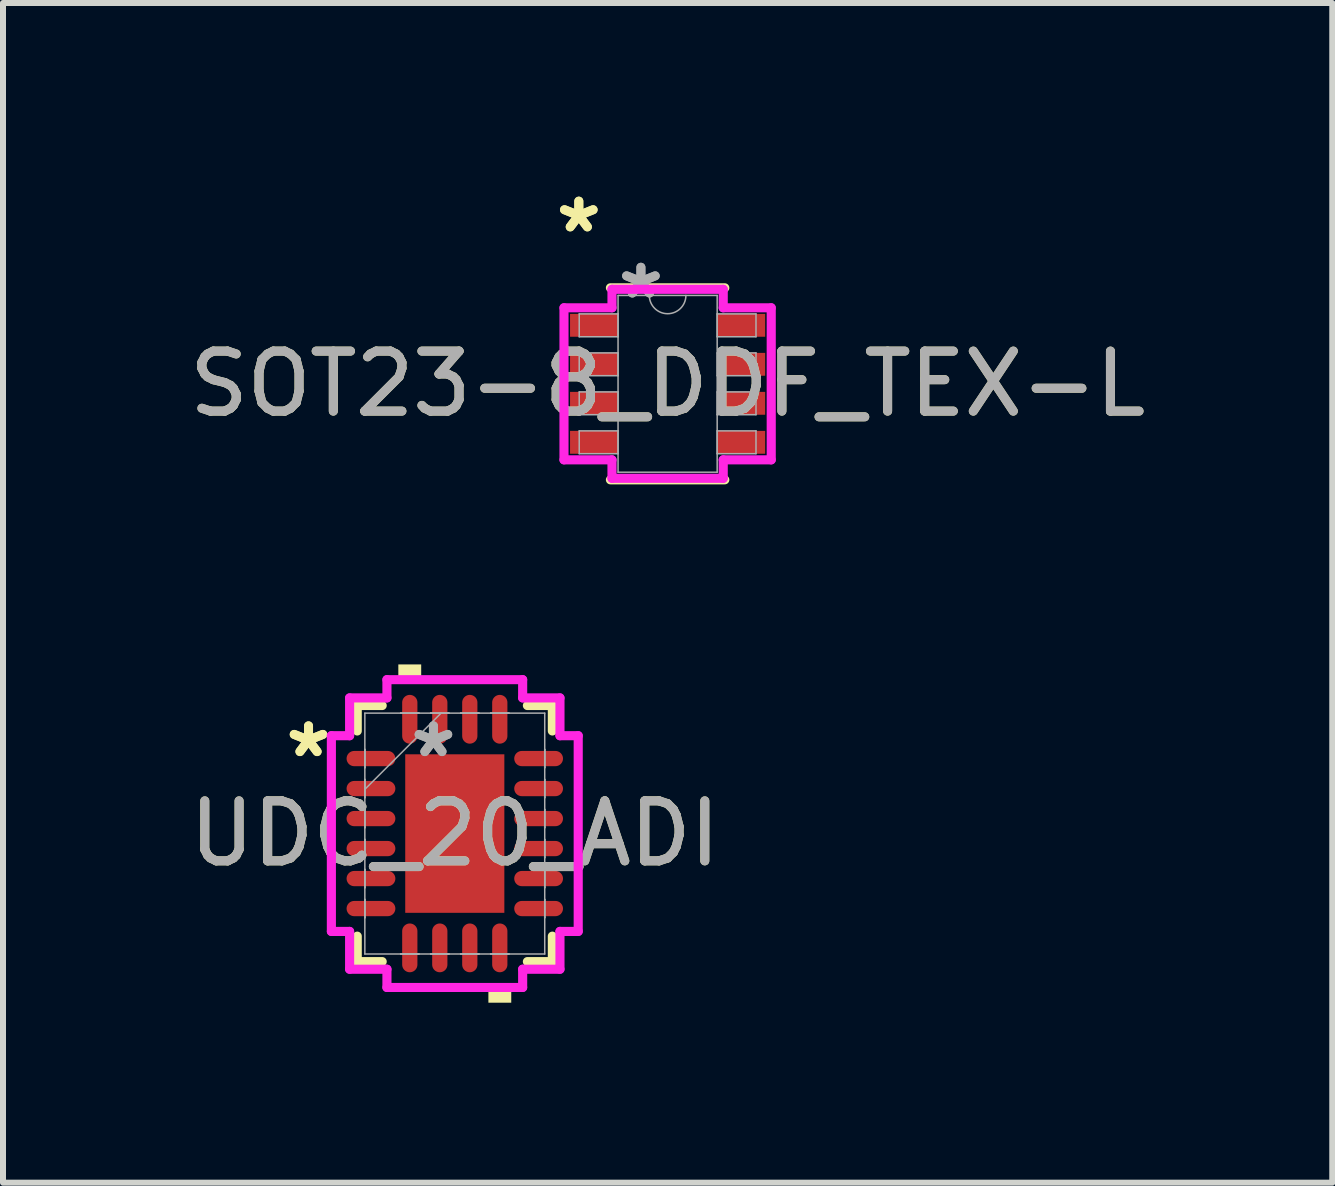
<source format=kicad_pcb>
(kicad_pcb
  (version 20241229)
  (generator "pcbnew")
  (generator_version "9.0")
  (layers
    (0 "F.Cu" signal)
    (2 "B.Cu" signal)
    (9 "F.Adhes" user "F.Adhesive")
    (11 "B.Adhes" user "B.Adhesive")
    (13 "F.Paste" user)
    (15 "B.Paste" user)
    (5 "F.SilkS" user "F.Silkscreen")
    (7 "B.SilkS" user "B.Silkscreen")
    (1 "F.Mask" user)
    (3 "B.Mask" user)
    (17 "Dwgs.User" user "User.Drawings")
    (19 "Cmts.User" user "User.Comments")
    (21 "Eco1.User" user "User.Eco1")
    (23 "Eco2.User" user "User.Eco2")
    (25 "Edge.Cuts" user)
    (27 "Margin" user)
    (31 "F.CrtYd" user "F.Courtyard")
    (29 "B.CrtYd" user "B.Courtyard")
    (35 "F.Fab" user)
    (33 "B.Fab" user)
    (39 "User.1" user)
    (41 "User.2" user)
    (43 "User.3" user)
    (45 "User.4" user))
  (footprint "SOT23-8_DDF_TEX-L"
    (layer "F.Cu")
    (at 8.077 3.347)
    (property "Reference" "SOT23-8_DDF_TEX-L" (at 0 0 0) (unlocked yes) (layer "F.SilkS") (effects (font (size 1 1) (thickness 0.15))))
    (attr smd)
    (fp_line (start -0.953 1.6) (end 0.953 1.6) (stroke (width 0.152) (type solid)) (layer "F.SilkS"))
    (fp_line (start 0.953 -1.6) (end -0.953 -1.6) (stroke (width 0.152) (type solid)) (layer "F.SilkS"))
    (fp_line (start -1.727 -1.267) (end -0.927 -1.267) (stroke (width 0.152) (type solid)) (layer "F.CrtYd"))
    (fp_line (start -1.727 1.267) (end -1.727 -1.267) (stroke (width 0.152) (type solid)) (layer "F.CrtYd"))
    (fp_line (start -1.727 1.267) (end -0.927 1.267) (stroke (width 0.152) (type solid)) (layer "F.CrtYd"))
    (fp_line (start -0.927 -1.575) (end 0.927 -1.575) (stroke (width 0.152) (type solid)) (layer "F.CrtYd"))
    (fp_line (start -0.927 -1.267) (end -0.927 -1.575) (stroke (width 0.152) (type solid)) (layer "F.CrtYd"))
    (fp_line (start -0.927 1.575) (end -0.927 1.267) (stroke (width 0.152) (type solid)) (layer "F.CrtYd"))
    (fp_line (start 0.927 -1.575) (end 0.927 -1.267) (stroke (width 0.152) (type solid)) (layer "F.CrtYd"))
    (fp_line (start 0.927 1.267) (end 0.927 1.575) (stroke (width 0.152) (type solid)) (layer "F.CrtYd"))
    (fp_line (start 0.927 1.575) (end -0.927 1.575) (stroke (width 0.152) (type solid)) (layer "F.CrtYd"))
    (fp_line (start 1.727 -1.267) (end 0.927 -1.267) (stroke (width 0.152) (type solid)) (layer "F.CrtYd"))
    (fp_line (start 1.727 -1.267) (end 1.727 1.267) (stroke (width 0.152) (type solid)) (layer "F.CrtYd"))
    (fp_line (start 1.727 1.267) (end 0.927 1.267) (stroke (width 0.152) (type solid)) (layer "F.CrtYd"))
    (fp_line (start -1.473 -1.165) (end -1.473 -0.784) (stroke (width 0.025) (type solid)) (layer "F.Fab"))
    (fp_line (start -1.473 -0.784) (end -0.826 -0.784) (stroke (width 0.025) (type solid)) (layer "F.Fab"))
    (fp_line (start -1.473 -0.515) (end -1.473 -0.135) (stroke (width 0.025) (type solid)) (layer "F.Fab"))
    (fp_line (start -1.473 -0.135) (end -0.826 -0.135) (stroke (width 0.025) (type solid)) (layer "F.Fab"))
    (fp_line (start -1.473 0.135) (end -1.473 0.515) (stroke (width 0.025) (type solid)) (layer "F.Fab"))
    (fp_line (start -1.473 0.515) (end -0.826 0.515) (stroke (width 0.025) (type solid)) (layer "F.Fab"))
    (fp_line (start -1.473 0.784) (end -1.473 1.165) (stroke (width 0.025) (type solid)) (layer "F.Fab"))
    (fp_line (start -1.473 1.165) (end -0.826 1.165) (stroke (width 0.025) (type solid)) (layer "F.Fab"))
    (fp_line (start -0.826 -1.473) (end -0.826 1.473) (stroke (width 0.025) (type solid)) (layer "F.Fab"))
    (fp_line (start -0.826 -1.165) (end -1.473 -1.165) (stroke (width 0.025) (type solid)) (layer "F.Fab"))
    (fp_line (start -0.826 -0.784) (end -0.826 -1.165) (stroke (width 0.025) (type solid)) (layer "F.Fab"))
    (fp_line (start -0.826 -0.515) (end -1.473 -0.515) (stroke (width 0.025) (type solid)) (layer "F.Fab"))
    (fp_line (start -0.826 -0.135) (end -0.826 -0.515) (stroke (width 0.025) (type solid)) (layer "F.Fab"))
    (fp_line (start -0.826 0.135) (end -1.473 0.135) (stroke (width 0.025) (type solid)) (layer "F.Fab"))
    (fp_line (start -0.826 0.515) (end -0.826 0.135) (stroke (width 0.025) (type solid)) (layer "F.Fab"))
    (fp_line (start -0.826 0.784) (end -1.473 0.784) (stroke (width 0.025) (type solid)) (layer "F.Fab"))
    (fp_line (start -0.826 1.165) (end -0.826 0.784) (stroke (width 0.025) (type solid)) (layer "F.Fab"))
    (fp_line (start -0.826 1.473) (end 0.826 1.473) (stroke (width 0.025) (type solid)) (layer "F.Fab"))
    (fp_line (start 0.826 -1.473) (end -0.826 -1.473) (stroke (width 0.025) (type solid)) (layer "F.Fab"))
    (fp_line (start 0.826 -1.165) (end 0.826 -0.784) (stroke (width 0.025) (type solid)) (layer "F.Fab"))
    (fp_line (start 0.826 -0.784) (end 1.473 -0.784) (stroke (width 0.025) (type solid)) (layer "F.Fab"))
    (fp_line (start 0.826 -0.515) (end 0.826 -0.135) (stroke (width 0.025) (type solid)) (layer "F.Fab"))
    (fp_line (start 0.826 -0.135) (end 1.473 -0.135) (stroke (width 0.025) (type solid)) (layer "F.Fab"))
    (fp_line (start 0.826 0.135) (end 0.826 0.515) (stroke (width 0.025) (type solid)) (layer "F.Fab"))
    (fp_line (start 0.826 0.515) (end 1.473 0.515) (stroke (width 0.025) (type solid)) (layer "F.Fab"))
    (fp_line (start 0.826 0.784) (end 0.826 1.165) (stroke (width 0.025) (type solid)) (layer "F.Fab"))
    (fp_line (start 0.826 1.165) (end 1.473 1.165) (stroke (width 0.025) (type solid)) (layer "F.Fab"))
    (fp_line (start 0.826 1.473) (end 0.826 -1.473) (stroke (width 0.025) (type solid)) (layer "F.Fab"))
    (fp_line (start 1.473 -1.165) (end 0.826 -1.165) (stroke (width 0.025) (type solid)) (layer "F.Fab"))
    (fp_line (start 1.473 -0.784) (end 1.473 -1.165) (stroke (width 0.025) (type solid)) (layer "F.Fab"))
    (fp_line (start 1.473 -0.515) (end 0.826 -0.515) (stroke (width 0.025) (type solid)) (layer "F.Fab"))
    (fp_line (start 1.473 -0.135) (end 1.473 -0.515) (stroke (width 0.025) (type solid)) (layer "F.Fab"))
    (fp_line (start 1.473 0.135) (end 0.826 0.135) (stroke (width 0.025) (type solid)) (layer "F.Fab"))
    (fp_line (start 1.473 0.515) (end 1.473 0.135) (stroke (width 0.025) (type solid)) (layer "F.Fab"))
    (fp_line (start 1.473 0.784) (end 0.826 0.784) (stroke (width 0.025) (type solid)) (layer "F.Fab"))
    (fp_line (start 1.473 1.165) (end 1.473 0.784) (stroke (width 0.025) (type solid)) (layer "F.Fab"))
    (fp_arc (start 0.3048 -1.4732) (mid 0 -1.1684) (end -0.3048 -1.4732) (stroke (width 0.0254) (type solid)) (layer "F.Fab"))
    (fp_text user "*" (at -1.48 -2.499 0) (layer "F.SilkS") (effects (font (size 1 1) (thickness 0.15))))
    (fp_text user "*" (at -1.48 -2.499 0) (unlocked yes) (layer "F.SilkS") (effects (font (size 1 1) (thickness 0.15))))
    (fp_text user "${REFERENCE}" (at 0 0 0) (unlocked yes) (layer "F.Fab") (effects (font (size 1 1) (thickness 0.15))))
    (fp_text user "*" (at -0.445 -1.397 0) (unlocked yes) (layer "F.Fab") (effects (font (size 1 1) (thickness 0.15))))
    (fp_text user "*" (at -0.445 -1.397 0) (layer "F.Fab") (effects (font (size 1 1) (thickness 0.15))))
    (pad "1" smd rect (at -1.226 -0.975) (size 0.8 0.381) (layers "F.Cu" "F.Mask" "F.Paste"))
    (pad "2" smd rect (at -1.226 -0.325) (size 0.8 0.381) (layers "F.Cu" "F.Mask" "F.Paste"))
    (pad "3" smd rect (at -1.226 0.325) (size 0.8 0.381) (layers "F.Cu" "F.Mask" "F.Paste"))
    (pad "4" smd rect (at -1.226 0.975) (size 0.8 0.381) (layers "F.Cu" "F.Mask" "F.Paste"))
    (pad "5" smd rect (at 1.226 0.975) (size 0.8 0.381) (layers "F.Cu" "F.Mask" "F.Paste"))
    (pad "6" smd rect (at 1.226 0.325) (size 0.8 0.381) (layers "F.Cu" "F.Mask" "F.Paste"))
    (pad "7" smd rect (at 1.226 -0.325) (size 0.8 0.381) (layers "F.Cu" "F.Mask" "F.Paste"))
    (pad "8" smd rect (at 1.226 -0.975) (size 0.8 0.381) (layers "F.Cu" "F.Mask" "F.Paste")))
  (footprint "UDC_20_ADI"
    (layer "F.Cu")
    (at 4.53 10.843)
    (property "Reference" "UDC_20_ADI" (at 0 0 0) (unlocked yes) (layer "F.SilkS") (effects (font (size 1 1) (thickness 0.15))))
    (attr smd)
    (fp_poly (pts (xy -0.826 -1.321) (xy 0.826 -1.321) (xy 0.826 1.321) (xy -0.826 1.321)) (stroke (width 0) (type solid)) (fill yes) (layer "F.Cu"))
    (fp_poly (pts (xy -0.826 -1.321) (xy 0.826 -1.321) (xy 0.826 1.321) (xy -0.826 1.321)) (stroke (width 0) (type solid)) (fill yes) (layer "F.Mask"))
    (fp_line (start -1.626 -2.134) (end -1.626 -1.71) (stroke (width 0.152) (type solid)) (layer "F.SilkS"))
    (fp_line (start -1.626 1.71) (end -1.626 2.134) (stroke (width 0.152) (type solid)) (layer "F.SilkS"))
    (fp_line (start -1.626 2.134) (end -1.21 2.134) (stroke (width 0.152) (type solid)) (layer "F.SilkS"))
    (fp_line (start -1.21 -2.134) (end -1.626 -2.134) (stroke (width 0.152) (type solid)) (layer "F.SilkS"))
    (fp_line (start 1.21 2.134) (end 1.626 2.134) (stroke (width 0.152) (type solid)) (layer "F.SilkS"))
    (fp_line (start 1.626 -2.134) (end 1.21 -2.134) (stroke (width 0.152) (type solid)) (layer "F.SilkS"))
    (fp_line (start 1.626 -1.71) (end 1.626 -2.134) (stroke (width 0.152) (type solid)) (layer "F.SilkS"))
    (fp_line (start 1.626 2.134) (end 1.626 1.71) (stroke (width 0.152) (type solid)) (layer "F.SilkS"))
    (fp_poly (pts (xy -0.941 -2.565) (xy -0.941 -2.819) (xy -0.56 -2.819) (xy -0.56 -2.565)) (stroke (width 0) (type solid)) (fill yes) (layer "F.SilkS"))
    (fp_poly (pts (xy 0.56 2.565) (xy 0.56 2.819) (xy 0.941 2.819) (xy 0.941 2.565)) (stroke (width 0) (type solid)) (fill yes) (layer "F.SilkS"))
    (fp_poly (pts (xy -0.826 -1.321) (xy 0.826 -1.321) (xy 0.826 1.321) (xy -0.826 1.321)) (stroke (width 0) (type solid)) (fill yes) (layer "F.Paste"))
    (fp_line (start -2.057 -1.631) (end -1.753 -1.631) (stroke (width 0.152) (type solid)) (layer "F.CrtYd"))
    (fp_line (start -2.057 1.631) (end -2.057 -1.631) (stroke (width 0.152) (type solid)) (layer "F.CrtYd"))
    (fp_line (start -1.753 -2.261) (end -1.131 -2.261) (stroke (width 0.152) (type solid)) (layer "F.CrtYd"))
    (fp_line (start -1.753 -1.631) (end -1.753 -2.261) (stroke (width 0.152) (type solid)) (layer "F.CrtYd"))
    (fp_line (start -1.753 1.631) (end -2.057 1.631) (stroke (width 0.152) (type solid)) (layer "F.CrtYd"))
    (fp_line (start -1.753 2.261) (end -1.753 1.631) (stroke (width 0.152) (type solid)) (layer "F.CrtYd"))
    (fp_line (start -1.131 -2.565) (end 1.131 -2.565) (stroke (width 0.152) (type solid)) (layer "F.CrtYd"))
    (fp_line (start -1.131 -2.261) (end -1.131 -2.565) (stroke (width 0.152) (type solid)) (layer "F.CrtYd"))
    (fp_line (start -1.131 2.261) (end -1.753 2.261) (stroke (width 0.152) (type solid)) (layer "F.CrtYd"))
    (fp_line (start -1.131 2.565) (end -1.131 2.261) (stroke (width 0.152) (type solid)) (layer "F.CrtYd"))
    (fp_line (start 1.131 -2.565) (end 1.131 -2.261) (stroke (width 0.152) (type solid)) (layer "F.CrtYd"))
    (fp_line (start 1.131 -2.261) (end 1.753 -2.261) (stroke (width 0.152) (type solid)) (layer "F.CrtYd"))
    (fp_line (start 1.131 2.261) (end 1.131 2.565) (stroke (width 0.152) (type solid)) (layer "F.CrtYd"))
    (fp_line (start 1.131 2.565) (end -1.131 2.565) (stroke (width 0.152) (type solid)) (layer "F.CrtYd"))
    (fp_line (start 1.753 -2.261) (end 1.753 -1.631) (stroke (width 0.152) (type solid)) (layer "F.CrtYd"))
    (fp_line (start 1.753 -1.631) (end 2.057 -1.631) (stroke (width 0.152) (type solid)) (layer "F.CrtYd"))
    (fp_line (start 1.753 1.631) (end 1.753 2.261) (stroke (width 0.152) (type solid)) (layer "F.CrtYd"))
    (fp_line (start 1.753 2.261) (end 1.131 2.261) (stroke (width 0.152) (type solid)) (layer "F.CrtYd"))
    (fp_line (start 2.057 -1.631) (end 2.057 1.631) (stroke (width 0.152) (type solid)) (layer "F.CrtYd"))
    (fp_line (start 2.057 1.631) (end 1.753 1.631) (stroke (width 0.152) (type solid)) (layer "F.CrtYd"))
    (fp_line (start -1.499 -2.007) (end -1.499 2.007) (stroke (width 0.025) (type solid)) (layer "F.Fab"))
    (fp_line (start -1.499 -1.402) (end -1.499 -1.402) (stroke (width 0.025) (type solid)) (layer "F.Fab"))
    (fp_line (start -1.499 -1.402) (end -1.499 -1.098) (stroke (width 0.025) (type solid)) (layer "F.Fab"))
    (fp_line (start -1.499 -1.098) (end -1.499 -1.402) (stroke (width 0.025) (type solid)) (layer "F.Fab"))
    (fp_line (start -1.499 -1.098) (end -1.499 -1.098) (stroke (width 0.025) (type solid)) (layer "F.Fab"))
    (fp_line (start -1.499 -0.902) (end -1.499 -0.902) (stroke (width 0.025) (type solid)) (layer "F.Fab"))
    (fp_line (start -1.499 -0.902) (end -1.499 -0.598) (stroke (width 0.025) (type solid)) (layer "F.Fab"))
    (fp_line (start -1.499 -0.737) (end -0.229 -2.007) (stroke (width 0.025) (type solid)) (layer "F.Fab"))
    (fp_line (start -1.499 -0.598) (end -1.499 -0.902) (stroke (width 0.025) (type solid)) (layer "F.Fab"))
    (fp_line (start -1.499 -0.598) (end -1.499 -0.598) (stroke (width 0.025) (type solid)) (layer "F.Fab"))
    (fp_line (start -1.499 -0.402) (end -1.499 -0.402) (stroke (width 0.025) (type solid)) (layer "F.Fab"))
    (fp_line (start -1.499 -0.402) (end -1.499 -0.098) (stroke (width 0.025) (type solid)) (layer "F.Fab"))
    (fp_line (start -1.499 -0.098) (end -1.499 -0.402) (stroke (width 0.025) (type solid)) (layer "F.Fab"))
    (fp_line (start -1.499 -0.098) (end -1.499 -0.098) (stroke (width 0.025) (type solid)) (layer "F.Fab"))
    (fp_line (start -1.499 0.098) (end -1.499 0.098) (stroke (width 0.025) (type solid)) (layer "F.Fab"))
    (fp_line (start -1.499 0.098) (end -1.499 0.402) (stroke (width 0.025) (type solid)) (layer "F.Fab"))
    (fp_line (start -1.499 0.402) (end -1.499 0.098) (stroke (width 0.025) (type solid)) (layer "F.Fab"))
    (fp_line (start -1.499 0.402) (end -1.499 0.402) (stroke (width 0.025) (type solid)) (layer "F.Fab"))
    (fp_line (start -1.499 0.598) (end -1.499 0.598) (stroke (width 0.025) (type solid)) (layer "F.Fab"))
    (fp_line (start -1.499 0.598) (end -1.499 0.902) (stroke (width 0.025) (type solid)) (layer "F.Fab"))
    (fp_line (start -1.499 0.902) (end -1.499 0.598) (stroke (width 0.025) (type solid)) (layer "F.Fab"))
    (fp_line (start -1.499 0.902) (end -1.499 0.902) (stroke (width 0.025) (type solid)) (layer "F.Fab"))
    (fp_line (start -1.499 1.098) (end -1.499 1.098) (stroke (width 0.025) (type solid)) (layer "F.Fab"))
    (fp_line (start -1.499 1.098) (end -1.499 1.402) (stroke (width 0.025) (type solid)) (layer "F.Fab"))
    (fp_line (start -1.499 1.402) (end -1.499 1.098) (stroke (width 0.025) (type solid)) (layer "F.Fab"))
    (fp_line (start -1.499 1.402) (end -1.499 1.402) (stroke (width 0.025) (type solid)) (layer "F.Fab"))
    (fp_line (start -1.499 2.007) (end 1.499 2.007) (stroke (width 0.025) (type solid)) (layer "F.Fab"))
    (fp_line (start -0.902 -2.007) (end -0.902 -2.007) (stroke (width 0.025) (type solid)) (layer "F.Fab"))
    (fp_line (start -0.902 -2.007) (end -0.598 -2.007) (stroke (width 0.025) (type solid)) (layer "F.Fab"))
    (fp_line (start -0.902 2.007) (end -0.902 2.007) (stroke (width 0.025) (type solid)) (layer "F.Fab"))
    (fp_line (start -0.902 2.007) (end -0.598 2.007) (stroke (width 0.025) (type solid)) (layer "F.Fab"))
    (fp_line (start -0.598 -2.007) (end -0.902 -2.007) (stroke (width 0.025) (type solid)) (layer "F.Fab"))
    (fp_line (start -0.598 -2.007) (end -0.598 -2.007) (stroke (width 0.025) (type solid)) (layer "F.Fab"))
    (fp_line (start -0.598 2.007) (end -0.902 2.007) (stroke (width 0.025) (type solid)) (layer "F.Fab"))
    (fp_line (start -0.598 2.007) (end -0.598 2.007) (stroke (width 0.025) (type solid)) (layer "F.Fab"))
    (fp_line (start -0.402 -2.007) (end -0.402 -2.007) (stroke (width 0.025) (type solid)) (layer "F.Fab"))
    (fp_line (start -0.402 -2.007) (end -0.098 -2.007) (stroke (width 0.025) (type solid)) (layer "F.Fab"))
    (fp_line (start -0.402 2.007) (end -0.402 2.007) (stroke (width 0.025) (type solid)) (layer "F.Fab"))
    (fp_line (start -0.402 2.007) (end -0.098 2.007) (stroke (width 0.025) (type solid)) (layer "F.Fab"))
    (fp_line (start -0.098 -2.007) (end -0.402 -2.007) (stroke (width 0.025) (type solid)) (layer "F.Fab"))
    (fp_line (start -0.098 -2.007) (end -0.098 -2.007) (stroke (width 0.025) (type solid)) (layer "F.Fab"))
    (fp_line (start -0.098 2.007) (end -0.402 2.007) (stroke (width 0.025) (type solid)) (layer "F.Fab"))
    (fp_line (start -0.098 2.007) (end -0.098 2.007) (stroke (width 0.025) (type solid)) (layer "F.Fab"))
    (fp_line (start 0.098 -2.007) (end 0.098 -2.007) (stroke (width 0.025) (type solid)) (layer "F.Fab"))
    (fp_line (start 0.098 -2.007) (end 0.402 -2.007) (stroke (width 0.025) (type solid)) (layer "F.Fab"))
    (fp_line (start 0.098 2.007) (end 0.098 2.007) (stroke (width 0.025) (type solid)) (layer "F.Fab"))
    (fp_line (start 0.098 2.007) (end 0.402 2.007) (stroke (width 0.025) (type solid)) (layer "F.Fab"))
    (fp_line (start 0.402 -2.007) (end 0.098 -2.007) (stroke (width 0.025) (type solid)) (layer "F.Fab"))
    (fp_line (start 0.402 -2.007) (end 0.402 -2.007) (stroke (width 0.025) (type solid)) (layer "F.Fab"))
    (fp_line (start 0.402 2.007) (end 0.098 2.007) (stroke (width 0.025) (type solid)) (layer "F.Fab"))
    (fp_line (start 0.402 2.007) (end 0.402 2.007) (stroke (width 0.025) (type solid)) (layer "F.Fab"))
    (fp_line (start 0.598 -2.007) (end 0.598 -2.007) (stroke (width 0.025) (type solid)) (layer "F.Fab"))
    (fp_line (start 0.598 -2.007) (end 0.902 -2.007) (stroke (width 0.025) (type solid)) (layer "F.Fab"))
    (fp_line (start 0.598 2.007) (end 0.598 2.007) (stroke (width 0.025) (type solid)) (layer "F.Fab"))
    (fp_line (start 0.598 2.007) (end 0.902 2.007) (stroke (width 0.025) (type solid)) (layer "F.Fab"))
    (fp_line (start 0.902 -2.007) (end 0.598 -2.007) (stroke (width 0.025) (type solid)) (layer "F.Fab"))
    (fp_line (start 0.902 -2.007) (end 0.902 -2.007) (stroke (width 0.025) (type solid)) (layer "F.Fab"))
    (fp_line (start 0.902 2.007) (end 0.598 2.007) (stroke (width 0.025) (type solid)) (layer "F.Fab"))
    (fp_line (start 0.902 2.007) (end 0.902 2.007) (stroke (width 0.025) (type solid)) (layer "F.Fab"))
    (fp_line (start 1.499 -2.007) (end -1.499 -2.007) (stroke (width 0.025) (type solid)) (layer "F.Fab"))
    (fp_line (start 1.499 -1.402) (end 1.499 -1.402) (stroke (width 0.025) (type solid)) (layer "F.Fab"))
    (fp_line (start 1.499 -1.402) (end 1.499 -1.098) (stroke (width 0.025) (type solid)) (layer "F.Fab"))
    (fp_line (start 1.499 -1.098) (end 1.499 -1.402) (stroke (width 0.025) (type solid)) (layer "F.Fab"))
    (fp_line (start 1.499 -1.098) (end 1.499 -1.098) (stroke (width 0.025) (type solid)) (layer "F.Fab"))
    (fp_line (start 1.499 -0.902) (end 1.499 -0.902) (stroke (width 0.025) (type solid)) (layer "F.Fab"))
    (fp_line (start 1.499 -0.902) (end 1.499 -0.598) (stroke (width 0.025) (type solid)) (layer "F.Fab"))
    (fp_line (start 1.499 -0.598) (end 1.499 -0.902) (stroke (width 0.025) (type solid)) (layer "F.Fab"))
    (fp_line (start 1.499 -0.598) (end 1.499 -0.598) (stroke (width 0.025) (type solid)) (layer "F.Fab"))
    (fp_line (start 1.499 -0.402) (end 1.499 -0.402) (stroke (width 0.025) (type solid)) (layer "F.Fab"))
    (fp_line (start 1.499 -0.402) (end 1.499 -0.098) (stroke (width 0.025) (type solid)) (layer "F.Fab"))
    (fp_line (start 1.499 -0.098) (end 1.499 -0.402) (stroke (width 0.025) (type solid)) (layer "F.Fab"))
    (fp_line (start 1.499 -0.098) (end 1.499 -0.098) (stroke (width 0.025) (type solid)) (layer "F.Fab"))
    (fp_line (start 1.499 0.098) (end 1.499 0.098) (stroke (width 0.025) (type solid)) (layer "F.Fab"))
    (fp_line (start 1.499 0.098) (end 1.499 0.402) (stroke (width 0.025) (type solid)) (layer "F.Fab"))
    (fp_line (start 1.499 0.402) (end 1.499 0.098) (stroke (width 0.025) (type solid)) (layer "F.Fab"))
    (fp_line (start 1.499 0.402) (end 1.499 0.402) (stroke (width 0.025) (type solid)) (layer "F.Fab"))
    (fp_line (start 1.499 0.598) (end 1.499 0.598) (stroke (width 0.025) (type solid)) (layer "F.Fab"))
    (fp_line (start 1.499 0.598) (end 1.499 0.902) (stroke (width 0.025) (type solid)) (layer "F.Fab"))
    (fp_line (start 1.499 0.902) (end 1.499 0.598) (stroke (width 0.025) (type solid)) (layer "F.Fab"))
    (fp_line (start 1.499 0.902) (end 1.499 0.902) (stroke (width 0.025) (type solid)) (layer "F.Fab"))
    (fp_line (start 1.499 1.098) (end 1.499 1.098) (stroke (width 0.025) (type solid)) (layer "F.Fab"))
    (fp_line (start 1.499 1.098) (end 1.499 1.402) (stroke (width 0.025) (type solid)) (layer "F.Fab"))
    (fp_line (start 1.499 1.402) (end 1.499 1.098) (stroke (width 0.025) (type solid)) (layer "F.Fab"))
    (fp_line (start 1.499 1.402) (end 1.499 1.402) (stroke (width 0.025) (type solid)) (layer "F.Fab"))
    (fp_line (start 1.499 2.007) (end 1.499 -2.007) (stroke (width 0.025) (type solid)) (layer "F.Fab"))
    (fp_text user "*" (at -2.438 -1.25 0) (layer "F.SilkS") (effects (font (size 1 1) (thickness 0.15))))
    (fp_text user "*" (at -2.438 -1.25 0) (unlocked yes) (layer "F.SilkS") (effects (font (size 1 1) (thickness 0.15))))
    (fp_text user "${REFERENCE}" (at 0 0 0) (unlocked yes) (layer "F.Fab") (effects (font (size 1 1) (thickness 0.15))))
    (fp_text user "*" (at -0.356 -1.25 0) (unlocked yes) (layer "F.Fab") (effects (font (size 1 1) (thickness 0.15))))
    (fp_text user "*" (at -0.356 -1.25 0) (layer "F.Fab") (effects (font (size 1 1) (thickness 0.15))))
    (pad "1" smd oval (at -1.397 -1.25 90) (size 0.254 0.813) (layers "F.Cu" "F.Mask" "F.Paste"))
    (pad "2" smd oval (at -1.397 -0.75 90) (size 0.254 0.813) (layers "F.Cu" "F.Mask" "F.Paste"))
    (pad "3" smd oval (at -1.397 -0.25 90) (size 0.254 0.813) (layers "F.Cu" "F.Mask" "F.Paste"))
    (pad "4" smd oval (at -1.397 0.25 90) (size 0.254 0.813) (layers "F.Cu" "F.Mask" "F.Paste"))
    (pad "5" smd oval (at -1.397 0.75 90) (size 0.254 0.813) (layers "F.Cu" "F.Mask" "F.Paste"))
    (pad "6" smd oval (at -1.397 1.25 90) (size 0.254 0.813) (layers "F.Cu" "F.Mask" "F.Paste"))
    (pad "7" smd oval (at -0.75 1.905) (size 0.254 0.813) (layers "F.Cu" "F.Mask" "F.Paste"))
    (pad "8" smd oval (at -0.25 1.905) (size 0.254 0.813) (layers "F.Cu" "F.Mask" "F.Paste"))
    (pad "9" smd oval (at 0.25 1.905) (size 0.254 0.813) (layers "F.Cu" "F.Mask" "F.Paste"))
    (pad "10" smd oval (at 0.75 1.905) (size 0.254 0.813) (layers "F.Cu" "F.Mask" "F.Paste"))
    (pad "11" smd oval (at 1.397 1.25 90) (size 0.254 0.813) (layers "F.Cu" "F.Mask" "F.Paste"))
    (pad "12" smd oval (at 1.397 0.75 90) (size 0.254 0.813) (layers "F.Cu" "F.Mask" "F.Paste"))
    (pad "13" smd oval (at 1.397 0.25 90) (size 0.254 0.813) (layers "F.Cu" "F.Mask" "F.Paste"))
    (pad "14" smd oval (at 1.397 -0.25 90) (size 0.254 0.813) (layers "F.Cu" "F.Mask" "F.Paste"))
    (pad "15" smd oval (at 1.397 -0.75 90) (size 0.254 0.813) (layers "F.Cu" "F.Mask" "F.Paste"))
    (pad "16" smd oval (at 1.397 -1.25 90) (size 0.254 0.813) (layers "F.Cu" "F.Mask" "F.Paste"))
    (pad "17" smd oval (at 0.75 -1.905) (size 0.254 0.813) (layers "F.Cu" "F.Mask" "F.Paste"))
    (pad "18" smd oval (at 0.25 -1.905) (size 0.254 0.813) (layers "F.Cu" "F.Mask" "F.Paste"))
    (pad "19" smd oval (at -0.25 -1.905) (size 0.254 0.813) (layers "F.Cu" "F.Mask" "F.Paste"))
    (pad "20" smd oval (at -0.75 -1.905) (size 0.254 0.813) (layers "F.Cu" "F.Mask" "F.Paste")))
  (gr_rect
    (start -3 -3)
    (end 19.155 16.662)
    (stroke (width 0.1) (type default))
    (fill no)
    (layer "Edge.Cuts")))
</source>
